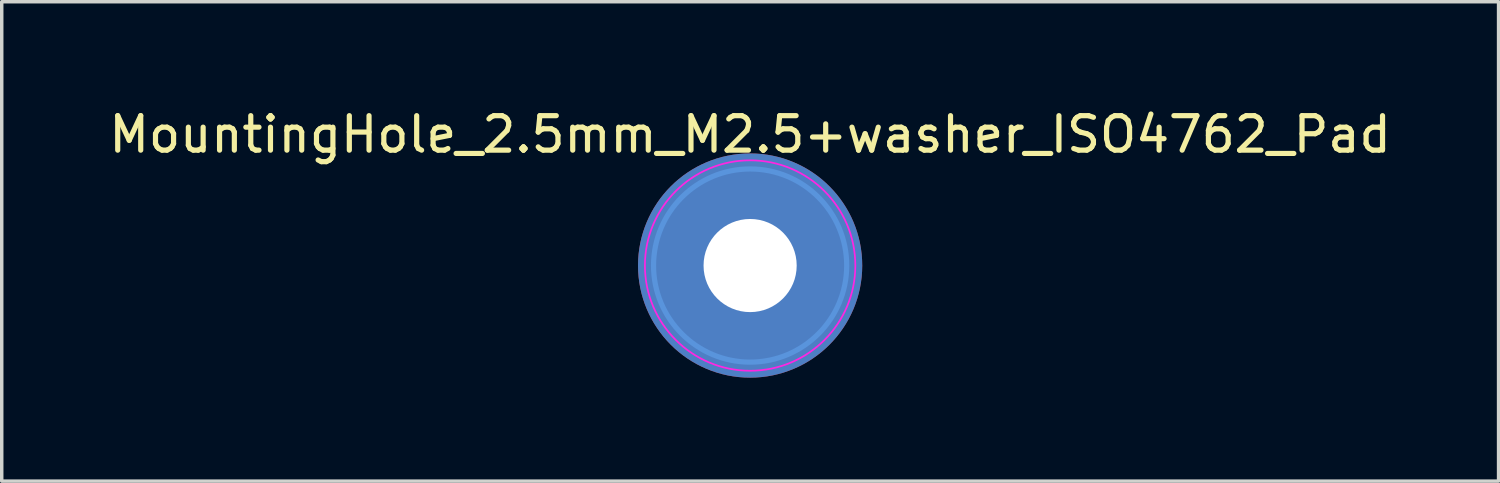
<source format=kicad_pcb>
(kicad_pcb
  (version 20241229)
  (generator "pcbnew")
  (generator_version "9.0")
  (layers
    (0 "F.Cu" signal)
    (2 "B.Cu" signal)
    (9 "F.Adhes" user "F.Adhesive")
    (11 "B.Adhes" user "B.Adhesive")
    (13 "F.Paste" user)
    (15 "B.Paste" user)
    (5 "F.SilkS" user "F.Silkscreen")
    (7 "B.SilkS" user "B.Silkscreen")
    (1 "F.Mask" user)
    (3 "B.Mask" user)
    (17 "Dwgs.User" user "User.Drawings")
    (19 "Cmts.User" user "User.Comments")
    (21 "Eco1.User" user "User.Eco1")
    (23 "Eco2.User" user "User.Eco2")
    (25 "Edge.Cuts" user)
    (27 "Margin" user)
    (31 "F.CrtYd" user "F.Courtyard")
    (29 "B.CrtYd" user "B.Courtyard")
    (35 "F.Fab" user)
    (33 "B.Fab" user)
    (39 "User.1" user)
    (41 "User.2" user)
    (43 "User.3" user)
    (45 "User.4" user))
  (footprint "MountingHole_2.5mm_M2.5+washer_ISO4762_Pad"
    (layer "F.Cu")
    (at 18.696 4.648)
    (property "Reference" "MountingHole_2.5mm_M2.5+washer_ISO4762_Pad" (at 0 -3.8 0) (layer "F.SilkS") (effects (font (size 1 1) (thickness 0.15))))
    (attr through_hole)
    (fp_circle (center 0 0) (end 2.8 0) (stroke (width 0.15) (type solid)) (fill no) (layer "Cmts.User"))
    (fp_circle (center 0 0) (end 3.05 0) (stroke (width 0.05) (type solid)) (fill no) (layer "F.CrtYd"))
    (pad "1" thru_hole circle (at 0 0) (size 6.5 6.5) (drill 2.7) (layers "*.Cu" "*.Mask")))
  (gr_rect
    (start -3 -3)
    (end 40.393 10.898)
    (stroke (width 0.1) (type default))
    (fill no)
    (layer "Edge.Cuts")))
</source>
